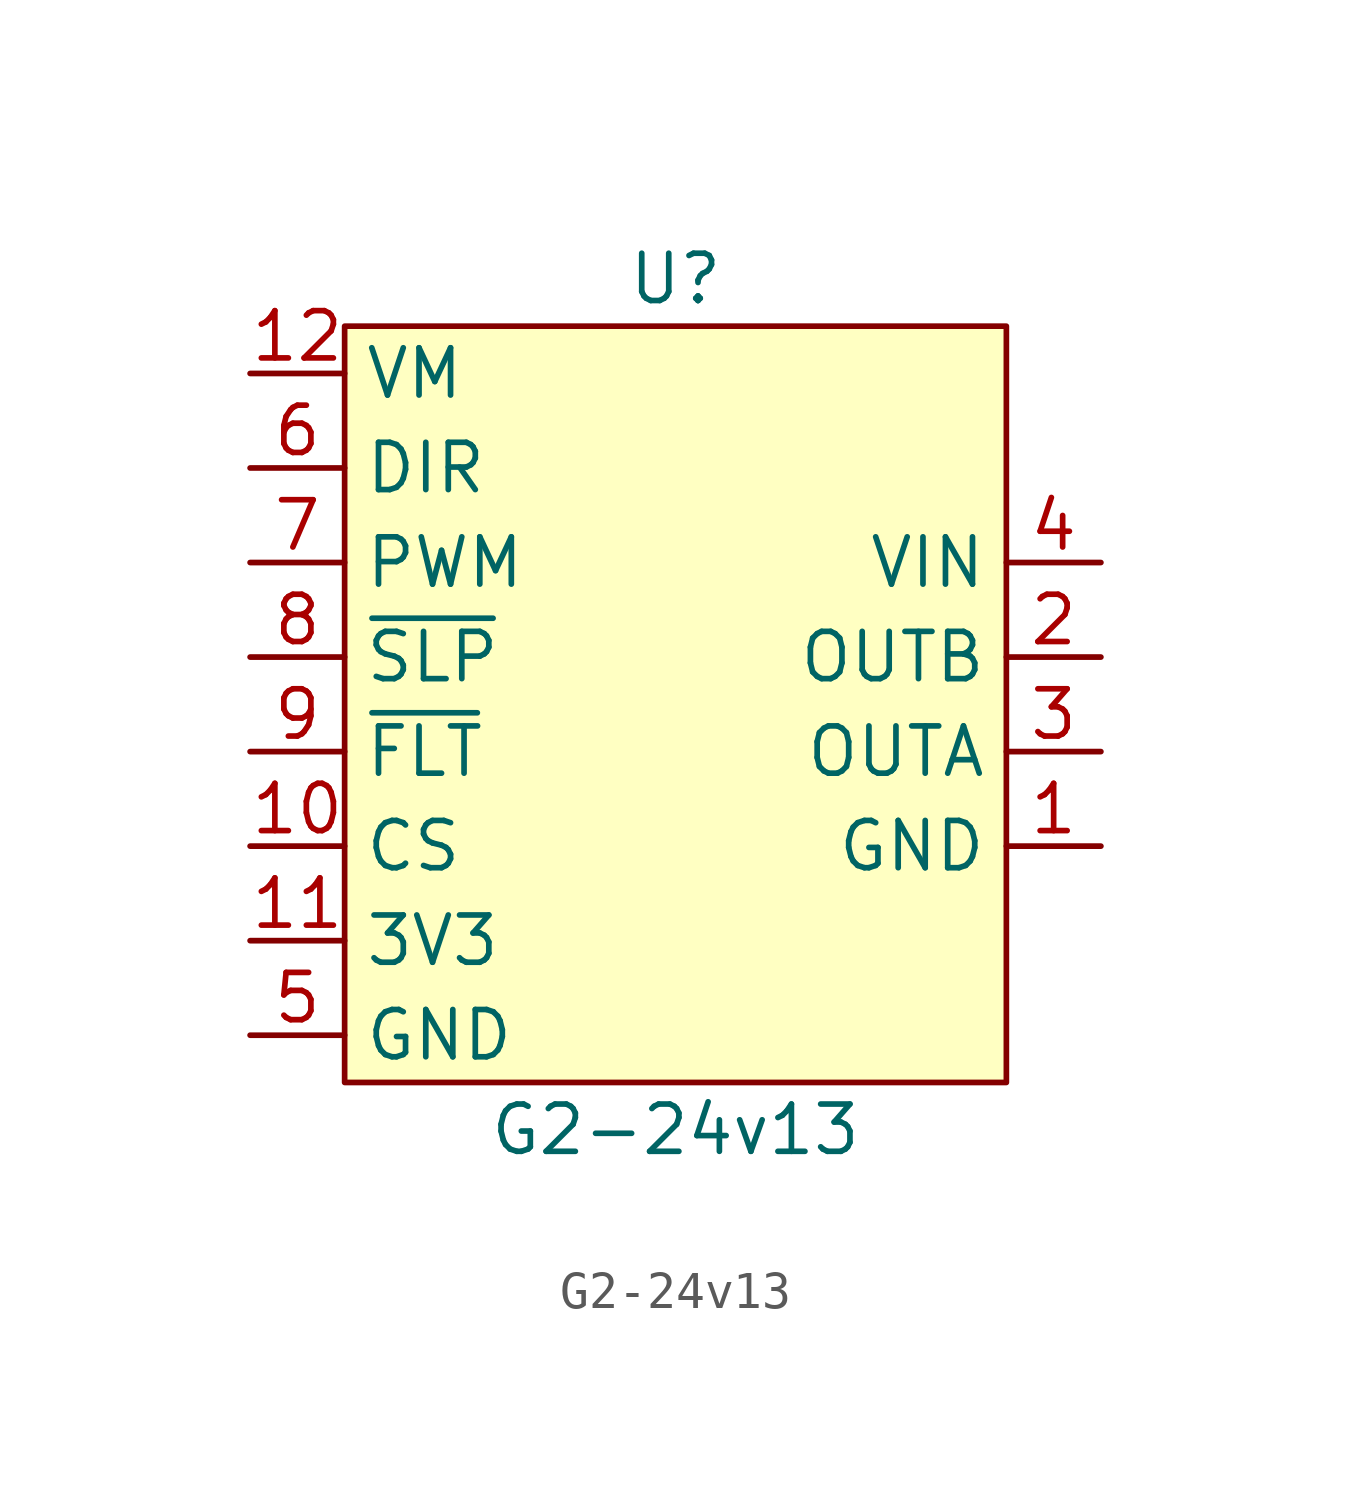
<source format=kicad_sym>
(kicad_symbol_lib
  (version 20211014)
  (generator kicad_symbol_editor)
  (symbol "G2-24v13"
    (property "Reference" "U"
      (at 0 11.43 0)
      (effects (font (size 1.27 1.27))))
    (property "Value" "G2-24v13"
      (at 0 -11.43 0)
      (effects (font (size 1.27 1.27))))
    (symbol "G2-24v13_0_1"
      (rectangle (start -8.89 10.16) (end 8.89 -10.16) (stroke (width 0) (type default) (color 0 0 0 0)) (fill (type background))))
    (symbol "G2-24v13_1_1"
      (pin input line (at 11.43 -3.81 180) (length 2.54) (name "GND" (effects (font (size 1.27 1.27)))) (number "1" (effects (font (size 1.27 1.27)))))
      (pin input line (at -11.43 -3.81 0) (length 2.54) (name "CS" (effects (font (size 1.27 1.27)))) (number "10" (effects (font (size 1.27 1.27)))))
      (pin input line (at -11.43 -6.35 0) (length 2.54) (name "3V3" (effects (font (size 1.27 1.27)))) (number "11" (effects (font (size 1.27 1.27)))))
      (pin input line (at -11.43 8.89 0) (length 2.54) (name "VM" (effects (font (size 1.27 1.27)))) (number "12" (effects (font (size 1.27 1.27)))))
      (pin input line (at 11.43 1.27 180) (length 2.54) (name "OUTB" (effects (font (size 1.27 1.27)))) (number "2" (effects (font (size 1.27 1.27)))))
      (pin input line (at 11.43 -1.27 180) (length 2.54) (name "OUTA" (effects (font (size 1.27 1.27)))) (number "3" (effects (font (size 1.27 1.27)))))
      (pin input line (at 11.43 3.81 180) (length 2.54) (name "VIN" (effects (font (size 1.27 1.27)))) (number "4" (effects (font (size 1.27 1.27)))))
      (pin input line (at -11.43 -8.89 0) (length 2.54) (name "GND" (effects (font (size 1.27 1.27)))) (number "5" (effects (font (size 1.27 1.27)))))
      (pin input line (at -11.43 6.35 0) (length 2.54) (name "DIR" (effects (font (size 1.27 1.27)))) (number "6" (effects (font (size 1.27 1.27)))))
      (pin input line (at -11.43 3.81 0) (length 2.54) (name "PWM" (effects (font (size 1.27 1.27)))) (number "7" (effects (font (size 1.27 1.27)))))
      (pin input line (at -11.43 1.27 0) (length 2.54) (name "~{SLP}" (effects (font (size 1.27 1.27)))) (number "8" (effects (font (size 1.27 1.27)))))
      (pin input line (at -11.43 -1.27 0) (length 2.54) (name "~{FLT}" (effects (font (size 1.27 1.27)))) (number "9" (effects (font (size 1.27 1.27))))))))
</source>
